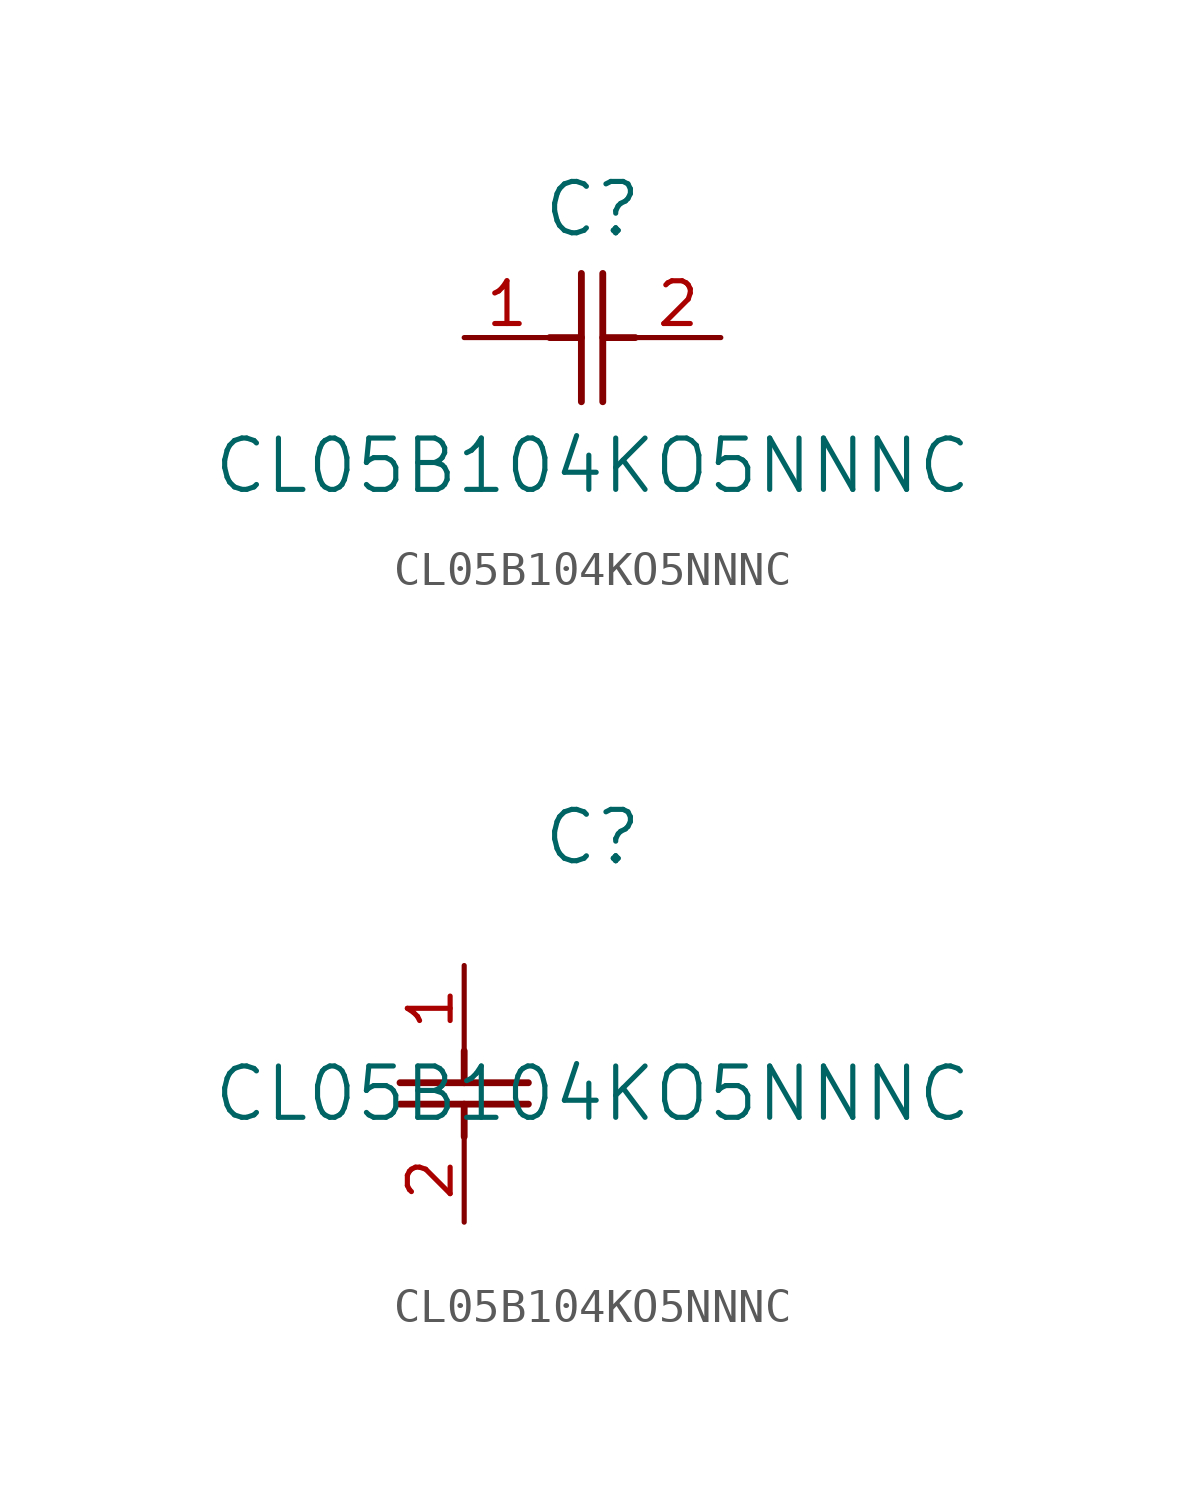
<source format=kicad_sym>
(kicad_symbol_lib
  (version 20211014)
  (generator kicad_symbol_editor)
  (symbol "CL05B104KO5NNNC"
    (pin_names
      (offset 0.254))
    (property "Reference" "C"
      (at 3.81 3.81 0)
      (effects (font (size 1.524 1.524))))
    (property "Value" "CL05B104KO5NNNC"
      (at 3.81 -3.81 0)
      (effects (font (size 1.524 1.524))))
    (symbol "CL05B104KO5NNNC_1_1"
      (polyline (pts (xy 3.48 -1.905) (xy 3.48 1.905)) (stroke (width 0.203) (type default) (color 0 0 0 0)) (fill (type none)))
      (polyline (pts (xy 4.115 -1.905) (xy 4.115 1.905)) (stroke (width 0.203) (type default) (color 0 0 0 0)) (fill (type none)))
      (polyline (pts (xy 4.115 0) (xy 5.08 0)) (stroke (width 0.203) (type default) (color 0 0 0 0)) (fill (type none)))
      (polyline (pts (xy 2.54 0) (xy 3.48 0)) (stroke (width 0.203) (type default) (color 0 0 0 0)) (fill (type none)))
      (pin unspecified line (at 0 0 0) (length 2.54) (name "" (effects (font (size 1.27 1.27)))) (number "1" (effects (font (size 1.27 1.27)))))
      (pin unspecified line (at 7.62 0 180) (length 2.54) (name "" (effects (font (size 1.27 1.27)))) (number "2" (effects (font (size 1.27 1.27))))))
    (symbol "CL05B104KO5NNNC_1_2"
      (polyline (pts (xy -1.905 -3.48) (xy 1.905 -3.48)) (stroke (width 0.203) (type default) (color 0 0 0 0)) (fill (type none)))
      (polyline (pts (xy -1.905 -4.115) (xy 1.905 -4.115)) (stroke (width 0.203) (type default) (color 0 0 0 0)) (fill (type none)))
      (polyline (pts (xy 0 -4.115) (xy 0 -5.08)) (stroke (width 0.203) (type default) (color 0 0 0 0)) (fill (type none)))
      (polyline (pts (xy 0 -2.54) (xy 0 -3.48)) (stroke (width 0.203) (type default) (color 0 0 0 0)) (fill (type none)))
      (pin unspecified line (at 0 0 270) (length 2.54) (name "" (effects (font (size 1.27 1.27)))) (number "1" (effects (font (size 1.27 1.27)))))
      (pin unspecified line (at 0 -7.62 90) (length 2.54) (name "" (effects (font (size 1.27 1.27)))) (number "2" (effects (font (size 1.27 1.27))))))))
</source>
